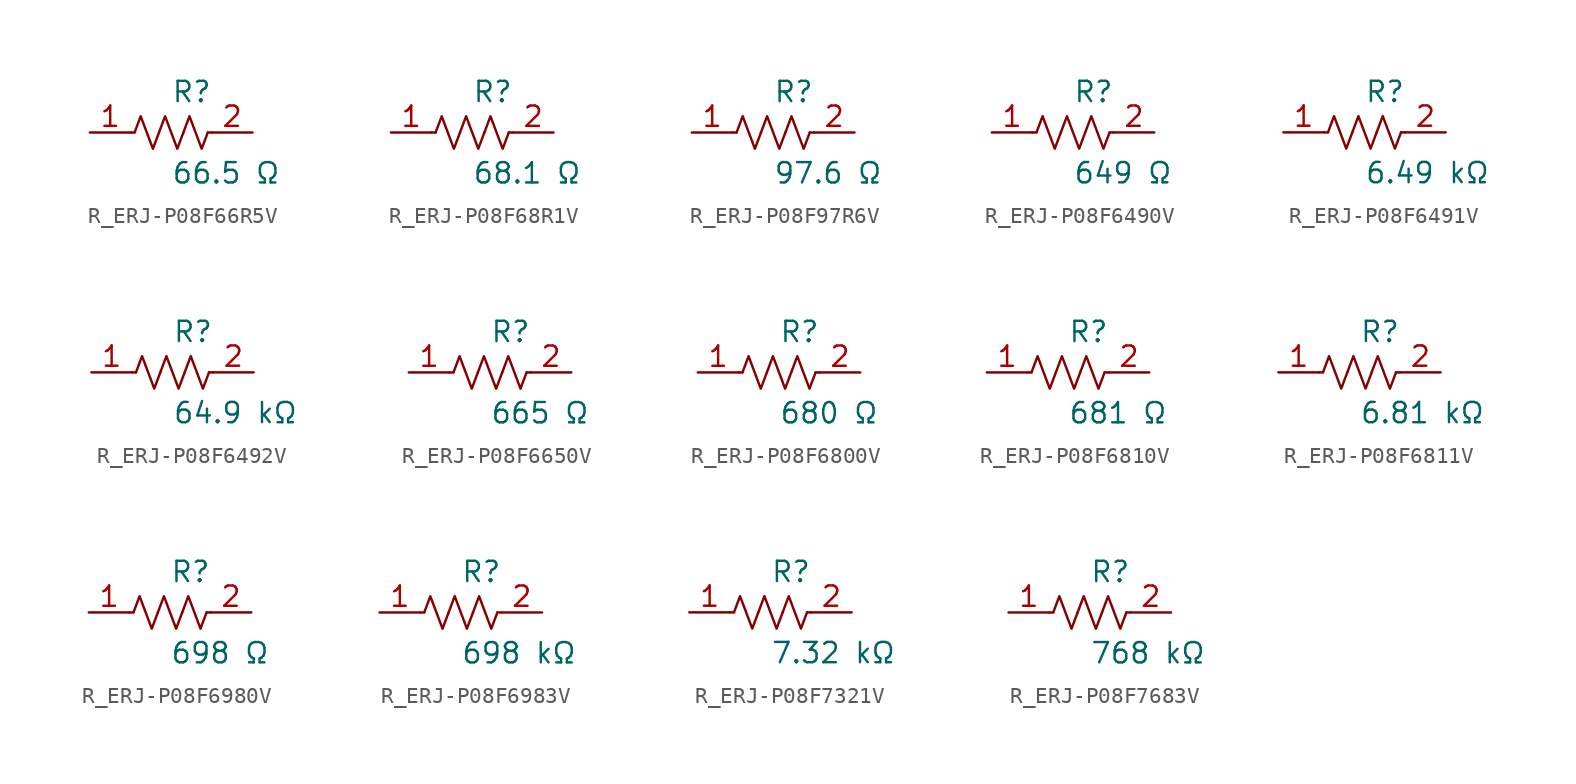
<source format=kicad_sym>
(kicad_symbol_lib
  (version 20231120)
  (generator kicad_symbol_editor)
  (generator_version 8.0)
  (symbol "R_ERJ-P08F66R5V"
    (pin_names
      (offset 0.254))
    (property "Reference" "R"
      (at 0.0 2.54 0)
      (effects (font (size 1.27 1.27)) (justify left)))
    (property "Value" "66.5 Ω"
      (at 0.0 -2.54 0)
      (effects (font (size 1.27 1.27)) (justify left)))
    (symbol "R_ERJ-P08F66R5V_0_1"
      (polyline (pts (xy 2.286 0) (xy 2.54 0)) (stroke (width 0) (type default)) (fill (type none)))
      (polyline (pts (xy -2.286 0) (xy -2.54 0)) (stroke (width 0) (type default)) (fill (type none)))
      (polyline (pts (xy 0.762 0) (xy 1.143 1.016) (xy 1.524 0) (xy 1.905 -1.016) (xy 2.286 0)) (stroke (width 0) (type default)) (fill (type none)))
      (polyline (pts (xy -0.762 0) (xy -0.381 1.016) (xy 0 0) (xy 0.381 -1.016) (xy 0.762 0)) (stroke (width 0) (type default)) (fill (type none)))
      (polyline (pts (xy -2.286 0) (xy -1.905 1.016) (xy -1.524 0) (xy -1.143 -1.016) (xy -0.762 0)) (stroke (width 0) (type default)) (fill (type none))))
    (pin unspecified line
      (at -5.08 0 0)
      (length 2.54)
      (name "" (effects (font (size 1.27 1.27))))
      (number "1" (effects (font (size 1.27 1.27)))))
    (pin unspecified line
      (at 5.08 0 180)
      (length 2.54)
      (name "" (effects (font (size 1.27 1.27))))
      (number "2" (effects (font (size 1.27 1.27))))))
  (symbol "R_ERJ-P08F68R1V"
    (pin_names
      (offset 0.254))
    (property "Reference" "R"
      (at 0.0 2.54 0)
      (effects (font (size 1.27 1.27)) (justify left)))
    (property "Value" "68.1 Ω"
      (at 0.0 -2.54 0)
      (effects (font (size 1.27 1.27)) (justify left)))
    (symbol "R_ERJ-P08F68R1V_0_1"
      (polyline (pts (xy 2.286 0) (xy 2.54 0)) (stroke (width 0) (type default)) (fill (type none)))
      (polyline (pts (xy -2.286 0) (xy -2.54 0)) (stroke (width 0) (type default)) (fill (type none)))
      (polyline (pts (xy 0.762 0) (xy 1.143 1.016) (xy 1.524 0) (xy 1.905 -1.016) (xy 2.286 0)) (stroke (width 0) (type default)) (fill (type none)))
      (polyline (pts (xy -0.762 0) (xy -0.381 1.016) (xy 0 0) (xy 0.381 -1.016) (xy 0.762 0)) (stroke (width 0) (type default)) (fill (type none)))
      (polyline (pts (xy -2.286 0) (xy -1.905 1.016) (xy -1.524 0) (xy -1.143 -1.016) (xy -0.762 0)) (stroke (width 0) (type default)) (fill (type none))))
    (pin unspecified line
      (at -5.08 0 0)
      (length 2.54)
      (name "" (effects (font (size 1.27 1.27))))
      (number "1" (effects (font (size 1.27 1.27)))))
    (pin unspecified line
      (at 5.08 0 180)
      (length 2.54)
      (name "" (effects (font (size 1.27 1.27))))
      (number "2" (effects (font (size 1.27 1.27))))))
  (symbol "R_ERJ-P08F97R6V"
    (pin_names
      (offset 0.254))
    (property "Reference" "R"
      (at 0.0 2.54 0)
      (effects (font (size 1.27 1.27)) (justify left)))
    (property "Value" "97.6 Ω"
      (at 0.0 -2.54 0)
      (effects (font (size 1.27 1.27)) (justify left)))
    (symbol "R_ERJ-P08F97R6V_0_1"
      (polyline (pts (xy 2.286 0) (xy 2.54 0)) (stroke (width 0) (type default)) (fill (type none)))
      (polyline (pts (xy -2.286 0) (xy -2.54 0)) (stroke (width 0) (type default)) (fill (type none)))
      (polyline (pts (xy 0.762 0) (xy 1.143 1.016) (xy 1.524 0) (xy 1.905 -1.016) (xy 2.286 0)) (stroke (width 0) (type default)) (fill (type none)))
      (polyline (pts (xy -0.762 0) (xy -0.381 1.016) (xy 0 0) (xy 0.381 -1.016) (xy 0.762 0)) (stroke (width 0) (type default)) (fill (type none)))
      (polyline (pts (xy -2.286 0) (xy -1.905 1.016) (xy -1.524 0) (xy -1.143 -1.016) (xy -0.762 0)) (stroke (width 0) (type default)) (fill (type none))))
    (pin unspecified line
      (at -5.08 0 0)
      (length 2.54)
      (name "" (effects (font (size 1.27 1.27))))
      (number "1" (effects (font (size 1.27 1.27)))))
    (pin unspecified line
      (at 5.08 0 180)
      (length 2.54)
      (name "" (effects (font (size 1.27 1.27))))
      (number "2" (effects (font (size 1.27 1.27))))))
  (symbol "R_ERJ-P08F6490V"
    (pin_names
      (offset 0.254))
    (property "Reference" "R"
      (at 0.0 2.54 0)
      (effects (font (size 1.27 1.27)) (justify left)))
    (property "Value" "649 Ω"
      (at 0.0 -2.54 0)
      (effects (font (size 1.27 1.27)) (justify left)))
    (symbol "R_ERJ-P08F6490V_0_1"
      (polyline (pts (xy 2.286 0) (xy 2.54 0)) (stroke (width 0) (type default)) (fill (type none)))
      (polyline (pts (xy -2.286 0) (xy -2.54 0)) (stroke (width 0) (type default)) (fill (type none)))
      (polyline (pts (xy 0.762 0) (xy 1.143 1.016) (xy 1.524 0) (xy 1.905 -1.016) (xy 2.286 0)) (stroke (width 0) (type default)) (fill (type none)))
      (polyline (pts (xy -0.762 0) (xy -0.381 1.016) (xy 0 0) (xy 0.381 -1.016) (xy 0.762 0)) (stroke (width 0) (type default)) (fill (type none)))
      (polyline (pts (xy -2.286 0) (xy -1.905 1.016) (xy -1.524 0) (xy -1.143 -1.016) (xy -0.762 0)) (stroke (width 0) (type default)) (fill (type none))))
    (pin unspecified line
      (at -5.08 0 0)
      (length 2.54)
      (name "" (effects (font (size 1.27 1.27))))
      (number "1" (effects (font (size 1.27 1.27)))))
    (pin unspecified line
      (at 5.08 0 180)
      (length 2.54)
      (name "" (effects (font (size 1.27 1.27))))
      (number "2" (effects (font (size 1.27 1.27))))))
  (symbol "R_ERJ-P08F6491V"
    (pin_names
      (offset 0.254))
    (property "Reference" "R"
      (at 0.0 2.54 0)
      (effects (font (size 1.27 1.27)) (justify left)))
    (property "Value" "6.49 kΩ"
      (at 0.0 -2.54 0)
      (effects (font (size 1.27 1.27)) (justify left)))
    (symbol "R_ERJ-P08F6491V_0_1"
      (polyline (pts (xy 2.286 0) (xy 2.54 0)) (stroke (width 0) (type default)) (fill (type none)))
      (polyline (pts (xy -2.286 0) (xy -2.54 0)) (stroke (width 0) (type default)) (fill (type none)))
      (polyline (pts (xy 0.762 0) (xy 1.143 1.016) (xy 1.524 0) (xy 1.905 -1.016) (xy 2.286 0)) (stroke (width 0) (type default)) (fill (type none)))
      (polyline (pts (xy -0.762 0) (xy -0.381 1.016) (xy 0 0) (xy 0.381 -1.016) (xy 0.762 0)) (stroke (width 0) (type default)) (fill (type none)))
      (polyline (pts (xy -2.286 0) (xy -1.905 1.016) (xy -1.524 0) (xy -1.143 -1.016) (xy -0.762 0)) (stroke (width 0) (type default)) (fill (type none))))
    (pin unspecified line
      (at -5.08 0 0)
      (length 2.54)
      (name "" (effects (font (size 1.27 1.27))))
      (number "1" (effects (font (size 1.27 1.27)))))
    (pin unspecified line
      (at 5.08 0 180)
      (length 2.54)
      (name "" (effects (font (size 1.27 1.27))))
      (number "2" (effects (font (size 1.27 1.27))))))
  (symbol "R_ERJ-P08F6492V"
    (pin_names
      (offset 0.254))
    (property "Reference" "R"
      (at 0.0 2.54 0)
      (effects (font (size 1.27 1.27)) (justify left)))
    (property "Value" "64.9 kΩ"
      (at 0.0 -2.54 0)
      (effects (font (size 1.27 1.27)) (justify left)))
    (symbol "R_ERJ-P08F6492V_0_1"
      (polyline (pts (xy 2.286 0) (xy 2.54 0)) (stroke (width 0) (type default)) (fill (type none)))
      (polyline (pts (xy -2.286 0) (xy -2.54 0)) (stroke (width 0) (type default)) (fill (type none)))
      (polyline (pts (xy 0.762 0) (xy 1.143 1.016) (xy 1.524 0) (xy 1.905 -1.016) (xy 2.286 0)) (stroke (width 0) (type default)) (fill (type none)))
      (polyline (pts (xy -0.762 0) (xy -0.381 1.016) (xy 0 0) (xy 0.381 -1.016) (xy 0.762 0)) (stroke (width 0) (type default)) (fill (type none)))
      (polyline (pts (xy -2.286 0) (xy -1.905 1.016) (xy -1.524 0) (xy -1.143 -1.016) (xy -0.762 0)) (stroke (width 0) (type default)) (fill (type none))))
    (pin unspecified line
      (at -5.08 0 0)
      (length 2.54)
      (name "" (effects (font (size 1.27 1.27))))
      (number "1" (effects (font (size 1.27 1.27)))))
    (pin unspecified line
      (at 5.08 0 180)
      (length 2.54)
      (name "" (effects (font (size 1.27 1.27))))
      (number "2" (effects (font (size 1.27 1.27))))))
  (symbol "R_ERJ-P08F6650V"
    (pin_names
      (offset 0.254))
    (property "Reference" "R"
      (at 0.0 2.54 0)
      (effects (font (size 1.27 1.27)) (justify left)))
    (property "Value" "665 Ω"
      (at 0.0 -2.54 0)
      (effects (font (size 1.27 1.27)) (justify left)))
    (symbol "R_ERJ-P08F6650V_0_1"
      (polyline (pts (xy 2.286 0) (xy 2.54 0)) (stroke (width 0) (type default)) (fill (type none)))
      (polyline (pts (xy -2.286 0) (xy -2.54 0)) (stroke (width 0) (type default)) (fill (type none)))
      (polyline (pts (xy 0.762 0) (xy 1.143 1.016) (xy 1.524 0) (xy 1.905 -1.016) (xy 2.286 0)) (stroke (width 0) (type default)) (fill (type none)))
      (polyline (pts (xy -0.762 0) (xy -0.381 1.016) (xy 0 0) (xy 0.381 -1.016) (xy 0.762 0)) (stroke (width 0) (type default)) (fill (type none)))
      (polyline (pts (xy -2.286 0) (xy -1.905 1.016) (xy -1.524 0) (xy -1.143 -1.016) (xy -0.762 0)) (stroke (width 0) (type default)) (fill (type none))))
    (pin unspecified line
      (at -5.08 0 0)
      (length 2.54)
      (name "" (effects (font (size 1.27 1.27))))
      (number "1" (effects (font (size 1.27 1.27)))))
    (pin unspecified line
      (at 5.08 0 180)
      (length 2.54)
      (name "" (effects (font (size 1.27 1.27))))
      (number "2" (effects (font (size 1.27 1.27))))))
  (symbol "R_ERJ-P08F6800V"
    (pin_names
      (offset 0.254))
    (property "Reference" "R"
      (at 0.0 2.54 0)
      (effects (font (size 1.27 1.27)) (justify left)))
    (property "Value" "680 Ω"
      (at 0.0 -2.54 0)
      (effects (font (size 1.27 1.27)) (justify left)))
    (symbol "R_ERJ-P08F6800V_0_1"
      (polyline (pts (xy 2.286 0) (xy 2.54 0)) (stroke (width 0) (type default)) (fill (type none)))
      (polyline (pts (xy -2.286 0) (xy -2.54 0)) (stroke (width 0) (type default)) (fill (type none)))
      (polyline (pts (xy 0.762 0) (xy 1.143 1.016) (xy 1.524 0) (xy 1.905 -1.016) (xy 2.286 0)) (stroke (width 0) (type default)) (fill (type none)))
      (polyline (pts (xy -0.762 0) (xy -0.381 1.016) (xy 0 0) (xy 0.381 -1.016) (xy 0.762 0)) (stroke (width 0) (type default)) (fill (type none)))
      (polyline (pts (xy -2.286 0) (xy -1.905 1.016) (xy -1.524 0) (xy -1.143 -1.016) (xy -0.762 0)) (stroke (width 0) (type default)) (fill (type none))))
    (pin unspecified line
      (at -5.08 0 0)
      (length 2.54)
      (name "" (effects (font (size 1.27 1.27))))
      (number "1" (effects (font (size 1.27 1.27)))))
    (pin unspecified line
      (at 5.08 0 180)
      (length 2.54)
      (name "" (effects (font (size 1.27 1.27))))
      (number "2" (effects (font (size 1.27 1.27))))))
  (symbol "R_ERJ-P08F6810V"
    (pin_names
      (offset 0.254))
    (property "Reference" "R"
      (at 0.0 2.54 0)
      (effects (font (size 1.27 1.27)) (justify left)))
    (property "Value" "681 Ω"
      (at 0.0 -2.54 0)
      (effects (font (size 1.27 1.27)) (justify left)))
    (symbol "R_ERJ-P08F6810V_0_1"
      (polyline (pts (xy 2.286 0) (xy 2.54 0)) (stroke (width 0) (type default)) (fill (type none)))
      (polyline (pts (xy -2.286 0) (xy -2.54 0)) (stroke (width 0) (type default)) (fill (type none)))
      (polyline (pts (xy 0.762 0) (xy 1.143 1.016) (xy 1.524 0) (xy 1.905 -1.016) (xy 2.286 0)) (stroke (width 0) (type default)) (fill (type none)))
      (polyline (pts (xy -0.762 0) (xy -0.381 1.016) (xy 0 0) (xy 0.381 -1.016) (xy 0.762 0)) (stroke (width 0) (type default)) (fill (type none)))
      (polyline (pts (xy -2.286 0) (xy -1.905 1.016) (xy -1.524 0) (xy -1.143 -1.016) (xy -0.762 0)) (stroke (width 0) (type default)) (fill (type none))))
    (pin unspecified line
      (at -5.08 0 0)
      (length 2.54)
      (name "" (effects (font (size 1.27 1.27))))
      (number "1" (effects (font (size 1.27 1.27)))))
    (pin unspecified line
      (at 5.08 0 180)
      (length 2.54)
      (name "" (effects (font (size 1.27 1.27))))
      (number "2" (effects (font (size 1.27 1.27))))))
  (symbol "R_ERJ-P08F6811V"
    (pin_names
      (offset 0.254))
    (property "Reference" "R"
      (at 0.0 2.54 0)
      (effects (font (size 1.27 1.27)) (justify left)))
    (property "Value" "6.81 kΩ"
      (at 0.0 -2.54 0)
      (effects (font (size 1.27 1.27)) (justify left)))
    (symbol "R_ERJ-P08F6811V_0_1"
      (polyline (pts (xy 2.286 0) (xy 2.54 0)) (stroke (width 0) (type default)) (fill (type none)))
      (polyline (pts (xy -2.286 0) (xy -2.54 0)) (stroke (width 0) (type default)) (fill (type none)))
      (polyline (pts (xy 0.762 0) (xy 1.143 1.016) (xy 1.524 0) (xy 1.905 -1.016) (xy 2.286 0)) (stroke (width 0) (type default)) (fill (type none)))
      (polyline (pts (xy -0.762 0) (xy -0.381 1.016) (xy 0 0) (xy 0.381 -1.016) (xy 0.762 0)) (stroke (width 0) (type default)) (fill (type none)))
      (polyline (pts (xy -2.286 0) (xy -1.905 1.016) (xy -1.524 0) (xy -1.143 -1.016) (xy -0.762 0)) (stroke (width 0) (type default)) (fill (type none))))
    (pin unspecified line
      (at -5.08 0 0)
      (length 2.54)
      (name "" (effects (font (size 1.27 1.27))))
      (number "1" (effects (font (size 1.27 1.27)))))
    (pin unspecified line
      (at 5.08 0 180)
      (length 2.54)
      (name "" (effects (font (size 1.27 1.27))))
      (number "2" (effects (font (size 1.27 1.27))))))
  (symbol "R_ERJ-P08F6980V"
    (pin_names
      (offset 0.254))
    (property "Reference" "R"
      (at 0.0 2.54 0)
      (effects (font (size 1.27 1.27)) (justify left)))
    (property "Value" "698 Ω"
      (at 0.0 -2.54 0)
      (effects (font (size 1.27 1.27)) (justify left)))
    (symbol "R_ERJ-P08F6980V_0_1"
      (polyline (pts (xy 2.286 0) (xy 2.54 0)) (stroke (width 0) (type default)) (fill (type none)))
      (polyline (pts (xy -2.286 0) (xy -2.54 0)) (stroke (width 0) (type default)) (fill (type none)))
      (polyline (pts (xy 0.762 0) (xy 1.143 1.016) (xy 1.524 0) (xy 1.905 -1.016) (xy 2.286 0)) (stroke (width 0) (type default)) (fill (type none)))
      (polyline (pts (xy -0.762 0) (xy -0.381 1.016) (xy 0 0) (xy 0.381 -1.016) (xy 0.762 0)) (stroke (width 0) (type default)) (fill (type none)))
      (polyline (pts (xy -2.286 0) (xy -1.905 1.016) (xy -1.524 0) (xy -1.143 -1.016) (xy -0.762 0)) (stroke (width 0) (type default)) (fill (type none))))
    (pin unspecified line
      (at -5.08 0 0)
      (length 2.54)
      (name "" (effects (font (size 1.27 1.27))))
      (number "1" (effects (font (size 1.27 1.27)))))
    (pin unspecified line
      (at 5.08 0 180)
      (length 2.54)
      (name "" (effects (font (size 1.27 1.27))))
      (number "2" (effects (font (size 1.27 1.27))))))
  (symbol "R_ERJ-P08F6983V"
    (pin_names
      (offset 0.254))
    (property "Reference" "R"
      (at 0.0 2.54 0)
      (effects (font (size 1.27 1.27)) (justify left)))
    (property "Value" "698 kΩ"
      (at 0.0 -2.54 0)
      (effects (font (size 1.27 1.27)) (justify left)))
    (symbol "R_ERJ-P08F6983V_0_1"
      (polyline (pts (xy 2.286 0) (xy 2.54 0)) (stroke (width 0) (type default)) (fill (type none)))
      (polyline (pts (xy -2.286 0) (xy -2.54 0)) (stroke (width 0) (type default)) (fill (type none)))
      (polyline (pts (xy 0.762 0) (xy 1.143 1.016) (xy 1.524 0) (xy 1.905 -1.016) (xy 2.286 0)) (stroke (width 0) (type default)) (fill (type none)))
      (polyline (pts (xy -0.762 0) (xy -0.381 1.016) (xy 0 0) (xy 0.381 -1.016) (xy 0.762 0)) (stroke (width 0) (type default)) (fill (type none)))
      (polyline (pts (xy -2.286 0) (xy -1.905 1.016) (xy -1.524 0) (xy -1.143 -1.016) (xy -0.762 0)) (stroke (width 0) (type default)) (fill (type none))))
    (pin unspecified line
      (at -5.08 0 0)
      (length 2.54)
      (name "" (effects (font (size 1.27 1.27))))
      (number "1" (effects (font (size 1.27 1.27)))))
    (pin unspecified line
      (at 5.08 0 180)
      (length 2.54)
      (name "" (effects (font (size 1.27 1.27))))
      (number "2" (effects (font (size 1.27 1.27))))))
  (symbol "R_ERJ-P08F7321V"
    (pin_names
      (offset 0.254))
    (property "Reference" "R"
      (at 0.0 2.54 0)
      (effects (font (size 1.27 1.27)) (justify left)))
    (property "Value" "7.32 kΩ"
      (at 0.0 -2.54 0)
      (effects (font (size 1.27 1.27)) (justify left)))
    (symbol "R_ERJ-P08F7321V_0_1"
      (polyline (pts (xy 2.286 0) (xy 2.54 0)) (stroke (width 0) (type default)) (fill (type none)))
      (polyline (pts (xy -2.286 0) (xy -2.54 0)) (stroke (width 0) (type default)) (fill (type none)))
      (polyline (pts (xy 0.762 0) (xy 1.143 1.016) (xy 1.524 0) (xy 1.905 -1.016) (xy 2.286 0)) (stroke (width 0) (type default)) (fill (type none)))
      (polyline (pts (xy -0.762 0) (xy -0.381 1.016) (xy 0 0) (xy 0.381 -1.016) (xy 0.762 0)) (stroke (width 0) (type default)) (fill (type none)))
      (polyline (pts (xy -2.286 0) (xy -1.905 1.016) (xy -1.524 0) (xy -1.143 -1.016) (xy -0.762 0)) (stroke (width 0) (type default)) (fill (type none))))
    (pin unspecified line
      (at -5.08 0 0)
      (length 2.54)
      (name "" (effects (font (size 1.27 1.27))))
      (number "1" (effects (font (size 1.27 1.27)))))
    (pin unspecified line
      (at 5.08 0 180)
      (length 2.54)
      (name "" (effects (font (size 1.27 1.27))))
      (number "2" (effects (font (size 1.27 1.27))))))
  (symbol "R_ERJ-P08F7683V"
    (pin_names
      (offset 0.254))
    (property "Reference" "R"
      (at 0.0 2.54 0)
      (effects (font (size 1.27 1.27)) (justify left)))
    (property "Value" "768 kΩ"
      (at 0.0 -2.54 0)
      (effects (font (size 1.27 1.27)) (justify left)))
    (symbol "R_ERJ-P08F7683V_0_1"
      (polyline (pts (xy 2.286 0) (xy 2.54 0)) (stroke (width 0) (type default)) (fill (type none)))
      (polyline (pts (xy -2.286 0) (xy -2.54 0)) (stroke (width 0) (type default)) (fill (type none)))
      (polyline (pts (xy 0.762 0) (xy 1.143 1.016) (xy 1.524 0) (xy 1.905 -1.016) (xy 2.286 0)) (stroke (width 0) (type default)) (fill (type none)))
      (polyline (pts (xy -0.762 0) (xy -0.381 1.016) (xy 0 0) (xy 0.381 -1.016) (xy 0.762 0)) (stroke (width 0) (type default)) (fill (type none)))
      (polyline (pts (xy -2.286 0) (xy -1.905 1.016) (xy -1.524 0) (xy -1.143 -1.016) (xy -0.762 0)) (stroke (width 0) (type default)) (fill (type none))))
    (pin unspecified line
      (at -5.08 0 0)
      (length 2.54)
      (name "" (effects (font (size 1.27 1.27))))
      (number "1" (effects (font (size 1.27 1.27)))))
    (pin unspecified line
      (at 5.08 0 180)
      (length 2.54)
      (name "" (effects (font (size 1.27 1.27))))
      (number "2" (effects (font (size 1.27 1.27)))))))
</source>
